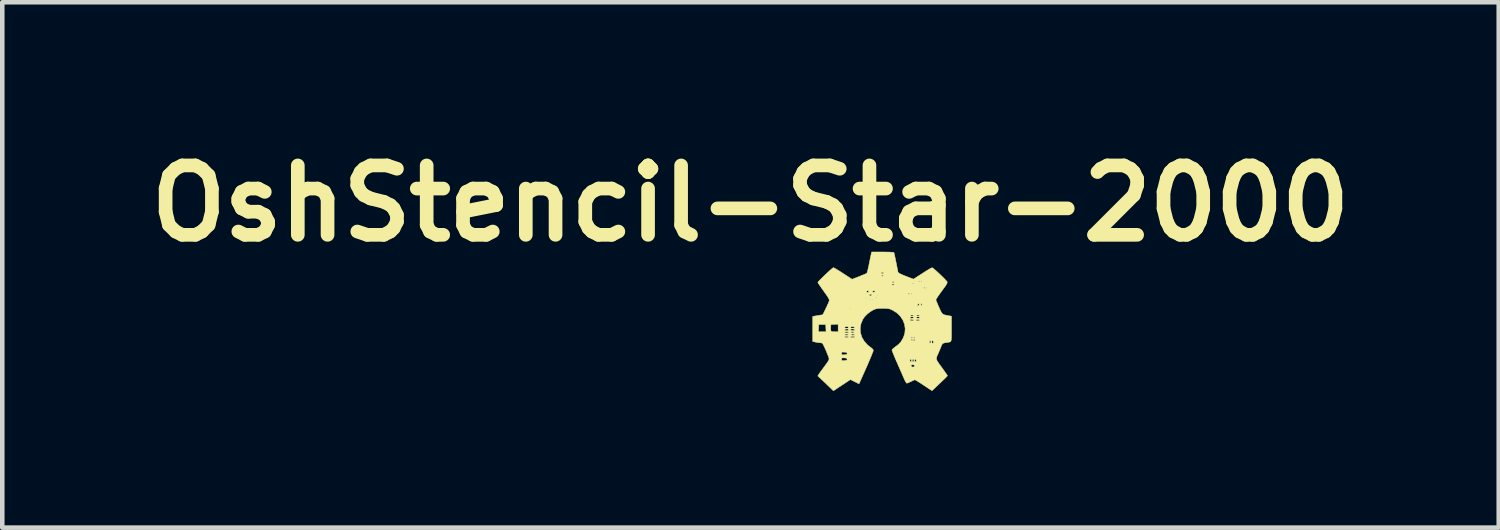
<source format=kicad_pcb>
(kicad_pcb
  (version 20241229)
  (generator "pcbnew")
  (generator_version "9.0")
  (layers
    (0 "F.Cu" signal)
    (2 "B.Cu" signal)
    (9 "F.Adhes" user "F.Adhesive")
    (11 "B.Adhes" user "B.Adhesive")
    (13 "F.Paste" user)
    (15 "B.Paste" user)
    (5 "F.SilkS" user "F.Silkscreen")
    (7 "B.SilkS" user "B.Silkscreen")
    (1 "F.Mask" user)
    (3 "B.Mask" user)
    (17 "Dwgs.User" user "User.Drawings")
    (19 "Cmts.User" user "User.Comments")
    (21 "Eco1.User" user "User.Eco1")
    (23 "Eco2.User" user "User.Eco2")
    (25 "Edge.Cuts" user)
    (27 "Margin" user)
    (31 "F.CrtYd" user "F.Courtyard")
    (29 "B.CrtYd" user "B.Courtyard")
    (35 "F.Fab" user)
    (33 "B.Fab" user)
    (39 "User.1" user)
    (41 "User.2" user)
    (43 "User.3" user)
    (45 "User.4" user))
  (footprint "OshStencil-Star-2000"
    (layer "F.Cu")
    (at 16.323 4.008)
    (property "Reference" "OshStencil-Star-2000" (at -2.89 -2.59 0) (layer "F.SilkS") (effects (font (size 1.524 1.524) (thickness 0.3))))
    (attr through_hole)
    (fp_poly (pts (xy 0.088 -1.523) (xy 0.155 -1.522) (xy 0.208 -1.519) (xy 0.244 -1.516) (xy 0.259 -1.513) (xy 0.26 -1.513) (xy 0.264 -1.497) (xy 0.273 -1.46) (xy 0.284 -1.408) (xy 0.297 -1.345) (xy 0.305 -1.306) (xy 0.319 -1.237) (xy 0.331 -1.175) (xy 0.341 -1.125) (xy 0.347 -1.093) (xy 0.349 -1.084) (xy 0.357 -1.071) (xy 0.376 -1.056) (xy 0.41 -1.039) (xy 0.461 -1.016) (xy 0.522 -0.992) (xy 0.689 -0.927) (xy 0.779 -0.985) (xy 0.833 -1.02) (xy 0.897 -1.061) (xy 0.959 -1.101) (xy 0.978 -1.113) (xy 1.025 -1.141) (xy 1.064 -1.164) (xy 1.092 -1.176) (xy 1.101 -1.178) (xy 1.118 -1.168) (xy 1.149 -1.143) (xy 1.19 -1.107) (xy 1.237 -1.064) (xy 1.286 -1.018) (xy 1.333 -0.972) (xy 1.375 -0.93) (xy 1.407 -0.896) (xy 1.426 -0.873) (xy 1.429 -0.868) (xy 1.429 -0.848) (xy 1.418 -0.82) (xy 1.393 -0.78) (xy 1.369 -0.747) (xy 1.312 -0.669) (xy 1.263 -0.601) (xy 1.224 -0.545) (xy 1.197 -0.503) (xy 1.183 -0.478) (xy 1.181 -0.473) (xy 1.186 -0.458) (xy 1.2 -0.424) (xy 1.22 -0.377) (xy 1.244 -0.32) (xy 1.249 -0.31) (xy 1.277 -0.247) (xy 1.299 -0.203) (xy 1.32 -0.173) (xy 1.342 -0.155) (xy 1.372 -0.143) (xy 1.413 -0.133) (xy 1.451 -0.126) (xy 1.524 -0.113) (xy 1.524 0.165) (xy 1.524 0.257) (xy 1.524 0.327) (xy 1.522 0.378) (xy 1.518 0.413) (xy 1.51 0.435) (xy 1.498 0.448) (xy 1.479 0.455) (xy 1.454 0.459) (xy 1.422 0.464) (xy 1.372 0.472) (xy 1.341 0.482) (xy 1.321 0.499) (xy 1.306 0.527) (xy 1.297 0.55) (xy 1.278 0.598) (xy 1.254 0.654) (xy 1.235 0.699) (xy 1.214 0.744) (xy 1.2 0.779) (xy 1.193 0.808) (xy 1.196 0.835) (xy 1.208 0.866) (xy 1.232 0.904) (xy 1.268 0.955) (xy 1.308 1.009) (xy 1.35 1.067) (xy 1.386 1.119) (xy 1.414 1.159) (xy 1.431 1.185) (xy 1.435 1.193) (xy 1.426 1.205) (xy 1.403 1.23) (xy 1.37 1.263) (xy 1.355 1.277) (xy 1.307 1.323) (xy 1.251 1.376) (xy 1.198 1.426) (xy 1.186 1.438) (xy 1.096 1.523) (xy 0.914 1.403) (xy 0.854 1.363) (xy 0.8 1.329) (xy 0.758 1.303) (xy 0.73 1.287) (xy 0.721 1.283) (xy 0.705 1.288) (xy 0.674 1.302) (xy 0.635 1.321) (xy 0.594 1.34) (xy 0.56 1.354) (xy 0.543 1.359) (xy 0.53 1.348) (xy 0.512 1.319) (xy 0.491 1.277) (xy 0.484 1.26) (xy 0.466 1.219) (xy 0.44 1.159) (xy 0.408 1.086) (xy 0.373 1.006) (xy 0.357 0.969) (xy 0.635 0.969) (xy 0.643 0.993) (xy 0.669 1.003) (xy 0.682 1.003) (xy 0.705 0.996) (xy 0.711 0.978) (xy 0.705 0.959) (xy 0.683 0.953) (xy 0.673 0.953) (xy 0.644 0.958) (xy 0.635 0.969) (xy 0.357 0.969) (xy 0.337 0.924) (xy 0.329 0.906) (xy 0.307 0.856) (xy 0.61 0.856) (xy 0.616 0.883) (xy 0.63 0.889) (xy 0.645 0.879) (xy 0.645 0.861) (xy 0.663 0.861) (xy 0.666 0.884) (xy 0.679 0.889) (xy 0.695 0.878) (xy 0.698 0.861) (xy 0.713 0.861) (xy 0.717 0.884) (xy 0.729 0.889) (xy 0.746 0.878) (xy 0.749 0.856) (xy 0.743 0.833) (xy 0.73 0.83) (xy 0.718 0.845) (xy 0.713 0.861) (xy 0.698 0.861) (xy 0.699 0.856) (xy 0.693 0.833) (xy 0.68 0.83) (xy 0.667 0.845) (xy 0.663 0.861) (xy 0.645 0.861) (xy 0.636 0.836) (xy 0.622 0.829) (xy 0.612 0.841) (xy 0.61 0.856) (xy 0.307 0.856) (xy 0.296 0.831) (xy 0.267 0.762) (xy 0.243 0.704) (xy 0.226 0.661) (xy 0.217 0.635) (xy 0.216 0.631) (xy 0.226 0.614) (xy 0.252 0.589) (xy 0.288 0.561) (xy 0.29 0.56) (xy 0.361 0.506) (xy 0.412 0.451) (xy 1.041 0.451) (xy 1.046 0.476) (xy 1.057 0.479) (xy 1.071 0.464) (xy 1.073 0.451) (xy 1.073 0.45) (xy 1.092 0.45) (xy 1.099 0.476) (xy 1.112 0.483) (xy 1.127 0.473) (xy 1.128 0.455) (xy 1.118 0.429) (xy 1.105 0.422) (xy 1.094 0.434) (xy 1.092 0.45) (xy 1.073 0.45) (xy 1.066 0.429) (xy 1.057 0.422) (xy 1.045 0.429) (xy 1.041 0.451) (xy 0.412 0.451) (xy 0.414 0.449) (xy 0.44 0.406) (xy 0.635 0.406) (xy 0.645 0.418) (xy 0.654 0.419) (xy 0.671 0.412) (xy 0.673 0.406) (xy 0.669 0.401) (xy 0.687 0.401) (xy 0.69 0.419) (xy 0.694 0.423) (xy 0.71 0.426) (xy 0.723 0.413) (xy 0.724 0.406) (xy 0.714 0.395) (xy 0.705 0.394) (xy 0.687 0.401) (xy 0.669 0.401) (xy 0.663 0.395) (xy 0.654 0.394) (xy 0.637 0.401) (xy 0.635 0.406) (xy 0.44 0.406) (xy 0.455 0.382) (xy 0.467 0.358) (xy 0.468 0.355) (xy 0.637 0.355) (xy 0.644 0.366) (xy 0.654 0.368) (xy 0.67 0.362) (xy 0.671 0.355) (xy 0.688 0.355) (xy 0.694 0.366) (xy 0.705 0.368) (xy 0.721 0.362) (xy 0.721 0.355) (xy 0.708 0.342) (xy 0.705 0.341) (xy 0.69 0.351) (xy 0.688 0.355) (xy 0.671 0.355) (xy 0.658 0.342) (xy 0.654 0.341) (xy 0.639 0.351) (xy 0.637 0.355) (xy 0.468 0.355) (xy 0.499 0.26) (xy 0.507 0.161) (xy 0.493 0.064) (xy 0.457 -0.028) (xy 0.451 -0.038) (xy 0.616 -0.038) (xy 0.617 -0.022) (xy 0.618 -0.021) (xy 0.636 -0.014) (xy 0.663 -0.013) (xy 0.687 -0.016) (xy 0.698 -0.024) (xy 0.699 -0.024) (xy 0.697 -0.025) (xy 0.743 -0.025) (xy 0.758 -0.016) (xy 0.784 -0.013) (xy 0.808 -0.015) (xy 0.823 -0.022) (xy 0.823 -0.026) (xy 0.812 -0.039) (xy 0.809 -0.039) (xy 0.791 -0.038) (xy 0.768 -0.038) (xy 0.746 -0.034) (xy 0.743 -0.025) (xy 0.697 -0.025) (xy 0.688 -0.033) (xy 0.663 -0.04) (xy 0.636 -0.043) (xy 0.617 -0.039) (xy 0.616 -0.038) (xy 0.451 -0.038) (xy 0.419 -0.086) (xy 0.614 -0.086) (xy 0.618 -0.072) (xy 0.637 -0.067) (xy 0.665 -0.069) (xy 0.689 -0.079) (xy 0.695 -0.086) (xy 0.695 -0.087) (xy 0.749 -0.087) (xy 0.759 -0.075) (xy 0.765 -0.072) (xy 0.795 -0.067) (xy 0.819 -0.074) (xy 0.826 -0.085) (xy 0.814 -0.097) (xy 0.787 -0.102) (xy 0.76 -0.097) (xy 0.749 -0.087) (xy 0.695 -0.087) (xy 0.689 -0.098) (xy 0.662 -0.102) (xy 0.63 -0.097) (xy 0.614 -0.086) (xy 0.419 -0.086) (xy 0.401 -0.112) (xy 0.385 -0.129) (xy 0.615 -0.129) (xy 0.616 -0.127) (xy 0.633 -0.117) (xy 0.654 -0.114) (xy 0.681 -0.119) (xy 0.692 -0.127) (xy 0.749 -0.127) (xy 0.76 -0.118) (xy 0.787 -0.114) (xy 0.787 -0.114) (xy 0.814 -0.118) (xy 0.825 -0.127) (xy 0.826 -0.127) (xy 0.814 -0.136) (xy 0.788 -0.14) (xy 0.787 -0.14) (xy 0.761 -0.136) (xy 0.749 -0.127) (xy 0.749 -0.127) (xy 0.692 -0.127) (xy 0.687 -0.136) (xy 0.661 -0.14) (xy 0.654 -0.14) (xy 0.625 -0.137) (xy 0.615 -0.129) (xy 0.385 -0.129) (xy 0.327 -0.185) (xy 0.235 -0.243) (xy 0.229 -0.246) (xy 0.189 -0.264) (xy 0.155 -0.276) (xy 0.12 -0.282) (xy 0.076 -0.285) (xy 0.014 -0.286) (xy 0.013 -0.286) (xy -0.051 -0.285) (xy -0.097 -0.282) (xy -0.133 -0.275) (xy -0.167 -0.263) (xy -0.193 -0.252) (xy -0.262 -0.211) (xy -0.33 -0.157) (xy -0.388 -0.096) (xy -0.423 -0.045) (xy -0.464 0.052) (xy -0.481 0.152) (xy -0.474 0.251) (xy -0.445 0.347) (xy -0.393 0.436) (xy -0.321 0.517) (xy -0.272 0.556) (xy -0.23 0.587) (xy -0.206 0.61) (xy -0.195 0.627) (xy -0.195 0.645) (xy -0.195 0.648) (xy -0.202 0.669) (xy -0.218 0.709) (xy -0.24 0.765) (xy -0.268 0.832) (xy -0.3 0.907) (xy -0.334 0.986) (xy -0.369 1.064) (xy -0.402 1.139) (xy -0.407 1.149) (xy -0.424 1.188) (xy -0.447 1.238) (xy -0.468 1.286) (xy -0.507 1.372) (xy -0.601 1.325) (xy -0.696 1.278) (xy -0.764 1.323) (xy -0.804 1.35) (xy -0.857 1.385) (xy -0.915 1.423) (xy -0.951 1.446) (xy -1.069 1.525) (xy -1.173 1.425) (xy -1.223 1.376) (xy -1.276 1.326) (xy -1.322 1.283) (xy -1.344 1.262) (xy -1.412 1.198) (xy -1.389 1.161) (xy -1.372 1.136) (xy -1.344 1.096) (xy -1.308 1.048) (xy -1.275 1.003) (xy -1.23 0.942) (xy -1.198 0.897) (xy -1.177 0.864) (xy -1.167 0.838) (xy -1.167 0.832) (xy -0.889 0.832) (xy -0.887 0.852) (xy -0.878 0.861) (xy -0.853 0.862) (xy -0.829 0.861) (xy -0.791 0.857) (xy -0.773 0.849) (xy -0.768 0.834) (xy -0.768 0.832) (xy -0.772 0.816) (xy -0.789 0.807) (xy -0.824 0.803) (xy -0.829 0.803) (xy -0.865 0.801) (xy -0.883 0.805) (xy -0.889 0.818) (xy -0.889 0.832) (xy -1.167 0.832) (xy -1.165 0.816) (xy -1.171 0.792) (xy -1.182 0.763) (xy -1.186 0.754) (xy -1.206 0.705) (xy -0.889 0.705) (xy -0.887 0.725) (xy -0.878 0.734) (xy -0.853 0.735) (xy -0.829 0.734) (xy -0.791 0.73) (xy -0.773 0.722) (xy -0.768 0.707) (xy -0.768 0.705) (xy -0.772 0.689) (xy -0.789 0.68) (xy -0.824 0.676) (xy -0.829 0.676) (xy -0.865 0.674) (xy -0.883 0.678) (xy -0.889 0.691) (xy -0.889 0.705) (xy -1.206 0.705) (xy -1.217 0.677) (xy -1.246 0.608) (xy -1.273 0.551) (xy -1.294 0.508) (xy -1.309 0.483) (xy -1.313 0.48) (xy -1.336 0.472) (xy -1.361 0.47) (xy -1.394 0.467) (xy -1.438 0.46) (xy -1.46 0.456) (xy -1.524 0.442) (xy -1.524 0.343) (xy -0.826 0.343) (xy -0.814 0.351) (xy -0.787 0.355) (xy -0.781 0.356) (xy -0.752 0.352) (xy -0.737 0.345) (xy -0.737 0.343) (xy -0.699 0.343) (xy -0.687 0.351) (xy -0.659 0.355) (xy -0.648 0.356) (xy -0.616 0.353) (xy -0.598 0.346) (xy -0.597 0.343) (xy -0.608 0.335) (xy -0.636 0.331) (xy -0.648 0.33) (xy -0.68 0.333) (xy -0.697 0.34) (xy -0.699 0.343) (xy -0.737 0.343) (xy -0.748 0.335) (xy -0.775 0.33) (xy -0.781 0.33) (xy -0.81 0.333) (xy -0.825 0.341) (xy -0.826 0.343) (xy -1.524 0.343) (xy -1.524 0.292) (xy -0.826 0.292) (xy -0.814 0.3) (xy -0.787 0.305) (xy -0.781 0.305) (xy -0.752 0.302) (xy -0.737 0.294) (xy -0.737 0.292) (xy -0.686 0.292) (xy -0.675 0.3) (xy -0.647 0.305) (xy -0.641 0.305) (xy -0.612 0.302) (xy -0.603 0.294) (xy -0.603 0.292) (xy -0.62 0.283) (xy -0.648 0.279) (xy -0.675 0.283) (xy -0.686 0.292) (xy -0.737 0.292) (xy -0.748 0.284) (xy -0.775 0.28) (xy -0.781 0.279) (xy -0.81 0.283) (xy -0.825 0.29) (xy -0.826 0.292) (xy -1.524 0.292) (xy -1.524 0.241) (xy -0.826 0.241) (xy -0.814 0.25) (xy -0.787 0.254) (xy -0.782 0.254) (xy -0.75 0.251) (xy -0.731 0.242) (xy -0.73 0.241) (xy -0.731 0.24) (xy -0.693 0.24) (xy -0.692 0.241) (xy -0.675 0.25) (xy -0.647 0.254) (xy -0.621 0.25) (xy -0.61 0.241) (xy -0.621 0.233) (xy -0.648 0.229) (xy -0.655 0.229) (xy -0.684 0.232) (xy -0.693 0.24) (xy -0.731 0.24) (xy -0.736 0.233) (xy -0.763 0.229) (xy -0.774 0.229) (xy -0.806 0.231) (xy -0.824 0.238) (xy -0.826 0.241) (xy -1.524 0.241) (xy -1.524 0.229) (xy -1.398 0.229) (xy -1.231 0.229) (xy -1.233 0.181) (xy -1.129 0.181) (xy -1.123 0.21) (xy -1.105 0.224) (xy -1.07 0.228) (xy -1.042 0.229) (xy -0.965 0.229) (xy -0.965 0.187) (xy -0.823 0.187) (xy -0.814 0.198) (xy -0.783 0.203) (xy -0.782 0.203) (xy -0.749 0.2) (xy -0.737 0.187) (xy -0.737 0.183) (xy -0.738 0.181) (xy -0.695 0.181) (xy -0.688 0.193) (xy -0.664 0.201) (xy -0.64 0.203) (xy -0.608 0.199) (xy -0.6 0.188) (xy -0.6 0.187) (xy -0.616 0.173) (xy -0.646 0.166) (xy -0.677 0.169) (xy -0.681 0.17) (xy -0.695 0.181) (xy -0.738 0.181) (xy -0.744 0.17) (xy -0.769 0.167) (xy -0.777 0.167) (xy -0.81 0.175) (xy -0.823 0.187) (xy -0.965 0.187) (xy -0.965 0.142) (xy -0.818 0.142) (xy -0.796 0.151) (xy -0.773 0.152) (xy -0.744 0.146) (xy -0.737 0.133) (xy -0.737 0.133) (xy -0.693 0.133) (xy -0.692 0.14) (xy -0.676 0.148) (xy -0.648 0.15) (xy -0.621 0.146) (xy -0.604 0.137) (xy -0.603 0.133) (xy -0.614 0.122) (xy -0.639 0.116) (xy -0.669 0.116) (xy -0.681 0.12) (xy -0.693 0.133) (xy -0.737 0.133) (xy -0.747 0.121) (xy -0.772 0.114) (xy -0.799 0.115) (xy -0.817 0.124) (xy -0.818 0.125) (xy -0.818 0.142) (xy -0.965 0.142) (xy -0.965 0.062) (xy -1.045 0.066) (xy -1.124 0.07) (xy -1.128 0.132) (xy -1.129 0.181) (xy -1.233 0.181) (xy -1.238 0.07) (xy -1.391 0.07) (xy -1.394 0.149) (xy -1.398 0.229) (xy -1.524 0.229) (xy -1.524 -0.109) (xy -1.413 -0.128) (xy -1.302 -0.146) (xy -1.24 -0.273) (xy -0.699 -0.273) (xy -0.692 -0.267) (xy -0.686 -0.273) (xy -0.692 -0.279) (xy -0.699 -0.273) (xy -1.24 -0.273) (xy -1.235 -0.283) (xy -1.208 -0.34) (xy -1.197 -0.364) (xy 0.777 -0.364) (xy 0.782 -0.346) (xy 0.793 -0.343) (xy 0.809 -0.354) (xy 0.813 -0.368) (xy 0.851 -0.368) (xy 0.856 -0.348) (xy 0.864 -0.343) (xy 0.874 -0.354) (xy 0.876 -0.368) (xy 0.871 -0.389) (xy 0.864 -0.394) (xy 0.853 -0.383) (xy 0.851 -0.368) (xy 0.813 -0.368) (xy 0.813 -0.369) (xy 0.806 -0.388) (xy 0.792 -0.388) (xy 0.779 -0.372) (xy 0.777 -0.364) (xy -1.197 -0.364) (xy -1.184 -0.392) (xy -1.168 -0.432) (xy -1.161 -0.455) (xy -1.16 -0.471) (xy -1.163 -0.478) (xy -0.288 -0.478) (xy -0.286 -0.471) (xy -0.279 -0.47) (xy -0.269 -0.475) (xy -0.271 -0.478) (xy -0.224 -0.478) (xy -0.223 -0.471) (xy -0.216 -0.47) (xy -0.205 -0.475) (xy -0.207 -0.478) (xy -0.223 -0.48) (xy -0.224 -0.478) (xy -0.271 -0.478) (xy -0.286 -0.48) (xy -0.288 -0.478) (xy -1.163 -0.478) (xy -1.167 -0.491) (xy -1.182 -0.52) (xy -1.182 -0.521) (xy -0.368 -0.521) (xy -0.364 -0.51) (xy -0.36 -0.512) (xy -0.359 -0.521) (xy -0.14 -0.521) (xy -0.135 -0.51) (xy -0.131 -0.512) (xy -0.13 -0.527) (xy -0.131 -0.529) (xy -0.139 -0.527) (xy -0.14 -0.521) (xy -0.359 -0.521) (xy -0.358 -0.527) (xy -0.36 -0.529) (xy -0.367 -0.527) (xy -0.368 -0.521) (xy -1.182 -0.521) (xy -1.207 -0.559) (xy -1.211 -0.565) (xy -0.406 -0.565) (xy -0.4 -0.559) (xy -0.394 -0.565) (xy -0.4 -0.572) (xy -0.406 -0.565) (xy -1.211 -0.565) (xy -1.22 -0.578) (xy -0.279 -0.578) (xy -0.271 -0.562) (xy -0.251 -0.561) (xy -0.239 -0.565) (xy -0.102 -0.565) (xy -0.095 -0.559) (xy -0.089 -0.565) (xy -0.095 -0.572) (xy -0.102 -0.565) (xy -0.239 -0.565) (xy -0.228 -0.569) (xy -0.222 -0.578) (xy -0.233 -0.589) (xy -0.251 -0.595) (xy -0.274 -0.592) (xy -0.279 -0.578) (xy -1.22 -0.578) (xy -1.242 -0.61) (xy 0.572 -0.61) (xy 0.582 -0.598) (xy 0.591 -0.597) (xy 0.604 -0.603) (xy 0.603 -0.61) (xy 0.635 -0.61) (xy 0.645 -0.597) (xy 0.648 -0.597) (xy 0.66 -0.607) (xy 0.66 -0.61) (xy 0.651 -0.622) (xy 0.648 -0.622) (xy 0.635 -0.613) (xy 0.635 -0.61) (xy 0.603 -0.61) (xy 0.587 -0.622) (xy 0.583 -0.622) (xy 0.572 -0.613) (xy 0.572 -0.61) (xy -1.242 -0.61) (xy -1.244 -0.613) (xy -1.274 -0.654) (xy -0.343 -0.654) (xy -0.332 -0.639) (xy -0.318 -0.635) (xy -0.297 -0.643) (xy -0.292 -0.654) (xy -0.212 -0.654) (xy -0.207 -0.643) (xy -0.186 -0.637) (xy -0.164 -0.646) (xy -0.156 -0.657) (xy -0.161 -0.67) (xy -0.176 -0.673) (xy -0.201 -0.667) (xy -0.212 -0.654) (xy -0.292 -0.654) (xy -0.292 -0.654) (xy -0.303 -0.67) (xy -0.318 -0.673) (xy -0.338 -0.665) (xy -0.343 -0.654) (xy -1.274 -0.654) (xy -1.282 -0.665) (xy -1.324 -0.724) (xy -1.333 -0.737) (xy 0.914 -0.737) (xy 0.924 -0.724) (xy 0.927 -0.724) (xy 0.939 -0.734) (xy 0.94 -0.737) (xy 0.978 -0.737) (xy 0.983 -0.726) (xy 0.986 -0.728) (xy 0.988 -0.743) (xy 0.986 -0.745) (xy 0.979 -0.743) (xy 0.978 -0.737) (xy 0.94 -0.737) (xy 0.93 -0.749) (xy 0.927 -0.749) (xy 0.915 -0.74) (xy 0.914 -0.737) (xy -1.333 -0.737) (xy -1.36 -0.776) (xy -1.381 -0.808) (xy 0.216 -0.808) (xy 0.225 -0.795) (xy 0.241 -0.796) (xy 0.262 -0.806) (xy 0.267 -0.814) (xy 0.256 -0.823) (xy 0.241 -0.826) (xy 0.221 -0.818) (xy 0.216 -0.808) (xy -1.381 -0.808) (xy -1.388 -0.818) (xy -1.398 -0.834) (xy 0.614 -0.834) (xy 0.616 -0.826) (xy 0.622 -0.826) (xy 0.633 -0.83) (xy 0.631 -0.834) (xy 0.616 -0.835) (xy 0.614 -0.834) (xy -1.398 -0.834) (xy -1.4 -0.838) (xy 0.667 -0.838) (xy 0.67 -0.827) (xy 0.679 -0.826) (xy 0.696 -0.828) (xy 0.699 -0.831) (xy 0.689 -0.843) (xy 0.672 -0.843) (xy 0.667 -0.838) (xy -1.4 -0.838) (xy -1.405 -0.846) (xy -1.41 -0.857) (xy -1.405 -0.864) (xy 0.216 -0.864) (xy 0.227 -0.853) (xy 0.241 -0.851) (xy 0.262 -0.856) (xy 0.267 -0.864) (xy 0.256 -0.874) (xy 0.241 -0.876) (xy 0.8 -0.876) (xy 0.81 -0.864) (xy 0.813 -0.864) (xy 0.825 -0.873) (xy 0.826 -0.876) (xy 0.851 -0.876) (xy 0.855 -0.864) (xy 0.857 -0.864) (xy 0.867 -0.873) (xy 0.87 -0.876) (xy 0.869 -0.888) (xy 0.864 -0.889) (xy 0.851 -0.88) (xy 0.851 -0.876) (xy 0.826 -0.876) (xy 0.816 -0.889) (xy 0.813 -0.889) (xy 0.8 -0.879) (xy 0.8 -0.876) (xy 0.241 -0.876) (xy 0.221 -0.871) (xy 0.216 -0.864) (xy -1.405 -0.864) (xy -1.401 -0.87) (xy -1.377 -0.897) (xy -1.341 -0.934) (xy -1.297 -0.977) (xy -1.249 -1.024) (xy -1.2 -1.07) (xy -1.154 -1.112) (xy -1.114 -1.147) (xy -1.084 -1.171) (xy -1.069 -1.181) (xy -1.068 -1.181) (xy -1.054 -1.174) (xy -1.022 -1.156) (xy -0.975 -1.128) (xy -0.919 -1.093) (xy -0.857 -1.053) (xy -0.66 -0.925) (xy -0.504 -0.985) (xy -0.459 -1.003) (xy -0.013 -1.003) (xy -0.002 -0.992) (xy 0.006 -0.991) (xy 0.023 -0.997) (xy 0.025 -1.003) (xy 0.015 -1.015) (xy 0.006 -1.016) (xy -0.011 -1.009) (xy -0.013 -1.003) (xy -0.459 -1.003) (xy -0.445 -1.009) (xy -0.394 -1.03) (xy -0.356 -1.047) (xy -0.336 -1.058) (xy -0.335 -1.059) (xy -0.334 -1.062) (xy -0.021 -1.062) (xy -0.02 -1.055) (xy -0.003 -1.049) (xy 0.014 -1.051) (xy 0.031 -1.06) (xy 0.027 -1.07) (xy 0.009 -1.077) (xy -0.01 -1.073) (xy -0.021 -1.062) (xy -0.334 -1.062) (xy -0.328 -1.076) (xy -0.317 -1.113) (xy -0.305 -1.166) (xy -0.291 -1.228) (xy -0.287 -1.251) (xy -0.273 -1.32) (xy -0.26 -1.383) (xy -0.249 -1.436) (xy -0.241 -1.471) (xy -0.24 -1.476) (xy -0.228 -1.524) (xy 0.012 -1.524) (xy 0.088 -1.523)) (stroke (width 0.01) (type solid)) (fill yes) (layer "F.SilkS")))
  (gr_rect
    (start -3 -3)
    (end 29.866 8.538)
    (stroke (width 0.1) (type default))
    (fill no)
    (layer "Edge.Cuts")))
</source>
